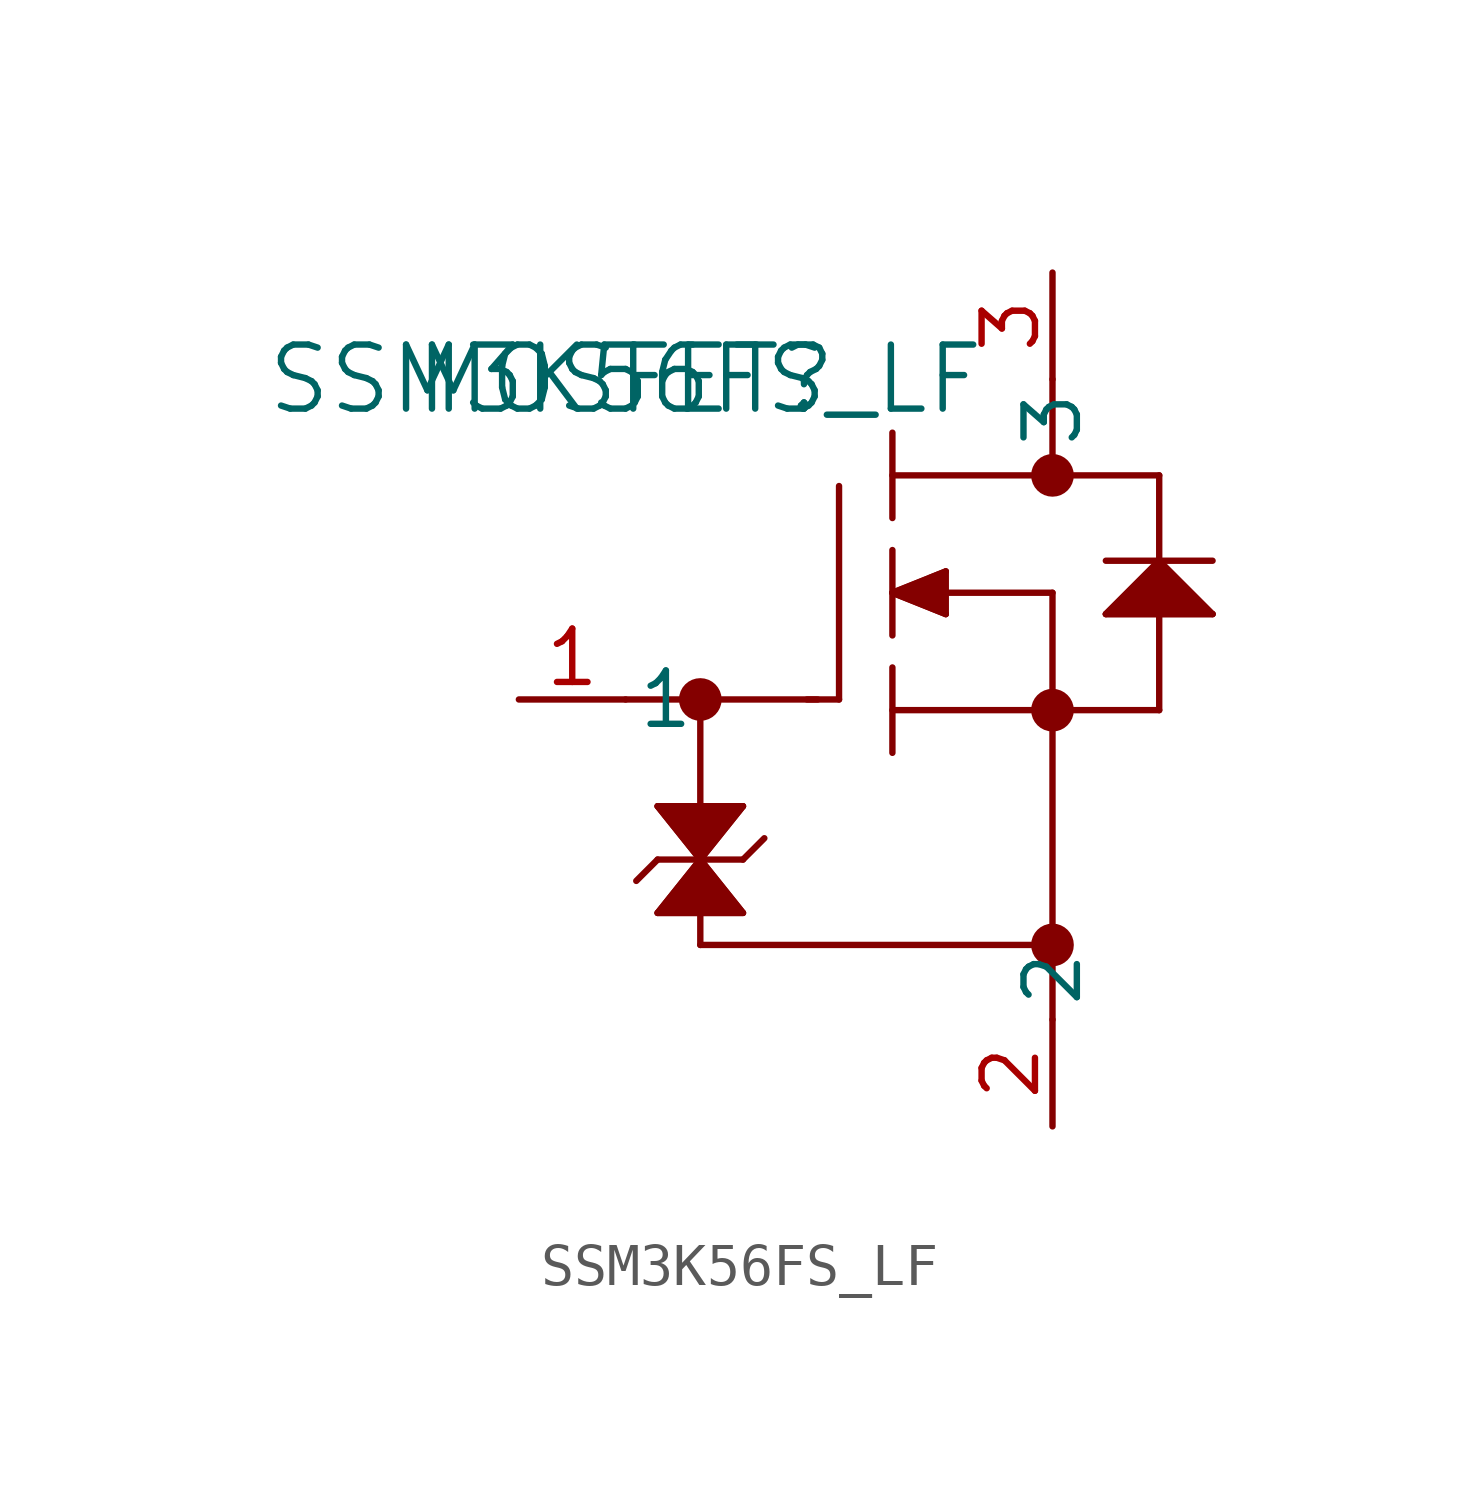
<source format=kicad_sym>
(kicad_symbol_lib
  (version 20231120)
  (generator "kicad_symbol_editor")
  (generator_version "8.0")
  (symbol "SSM3K56FS_LF"
    (pin_names
      (offset 0.254))
    (property "Reference" "MOSFET"
      (at 0 0 0)
      (effects (font (size 1.524 1.524))))
    (property "Value" "SSM3K56FS_LF"
      (at 0 0 0)
      (effects (font (size 1.524 1.524))))
    (property "ki_locked" ""
      (at 0 0 0)
      (effects (font (size 1.27 1.27))))
    (symbol "SSM3K56FS_LF_0_1"
      (polyline (pts (xy 0 -7.62) (xy 4.572 -7.62)) (stroke (width 0.152) (type default)) (fill (type none)))
      (polyline (pts (xy 0.762 -12.7) (xy 2.794 -12.7)) (stroke (width 0.152) (type default)) (fill (type none)))
      (polyline (pts (xy 0.762 -11.43) (xy 0.254 -11.938)) (stroke (width 0.152) (type default)) (fill (type none)))
      (polyline (pts (xy 0.762 -11.43) (xy 2.794 -11.43)) (stroke (width 0.152) (type default)) (fill (type none)))
      (polyline (pts (xy 0.762 -10.16) (xy 1.778 -11.43)) (stroke (width 0.152) (type default)) (fill (type none)))
      (polyline (pts (xy 1.778 -13.462) (xy 10.16 -13.462)) (stroke (width 0.152) (type default)) (fill (type none)))
      (polyline (pts (xy 1.778 -12.7) (xy 1.778 -13.462)) (stroke (width 0.152) (type default)) (fill (type none)))
      (polyline (pts (xy 1.778 -11.43) (xy 0.762 -12.7)) (stroke (width 0.152) (type default)) (fill (type none)))
      (polyline (pts (xy 1.778 -11.43) (xy 2.794 -10.16)) (stroke (width 0.152) (type default)) (fill (type none)))
      (polyline (pts (xy 1.778 -7.62) (xy 1.778 -10.16)) (stroke (width 0.152) (type default)) (fill (type none)))
      (polyline (pts (xy 2.794 -12.7) (xy 1.778 -11.43)) (stroke (width 0.152) (type default)) (fill (type none)))
      (polyline (pts (xy 2.794 -11.43) (xy 3.302 -10.922)) (stroke (width 0.152) (type default)) (fill (type none)))
      (polyline (pts (xy 2.794 -10.16) (xy 0.762 -10.16)) (stroke (width 0.152) (type default)) (fill (type none)))
      (polyline (pts (xy 5.08 -7.62) (xy 4.318 -7.62)) (stroke (width 0.152) (type default)) (fill (type none)))
      (polyline (pts (xy 5.08 -7.62) (xy 5.08 -2.54)) (stroke (width 0.152) (type default)) (fill (type none)))
      (polyline (pts (xy 6.35 -8.89) (xy 6.35 -6.858)) (stroke (width 0.152) (type default)) (fill (type none)))
      (polyline (pts (xy 6.35 -7.874) (xy 12.7 -7.874)) (stroke (width 0.152) (type default)) (fill (type none)))
      (polyline (pts (xy 6.35 -6.096) (xy 6.35 -4.064)) (stroke (width 0.152) (type default)) (fill (type none)))
      (polyline (pts (xy 6.35 -5.08) (xy 7.62 -4.572)) (stroke (width 0.152) (type default)) (fill (type none)))
      (polyline (pts (xy 6.35 -3.302) (xy 6.35 -1.27)) (stroke (width 0.152) (type default)) (fill (type none)))
      (polyline (pts (xy 7.62 -5.588) (xy 6.35 -5.08)) (stroke (width 0.152) (type default)) (fill (type none)))
      (polyline (pts (xy 7.62 -5.08) (xy 10.16 -5.08)) (stroke (width 0.152) (type default)) (fill (type none)))
      (polyline (pts (xy 7.62 -4.572) (xy 7.62 -5.588)) (stroke (width 0.152) (type default)) (fill (type none)))
      (polyline (pts (xy 10.16 -5.08) (xy 10.16 -15.24)) (stroke (width 0.152) (type default)) (fill (type none)))
      (polyline (pts (xy 10.16 0) (xy 10.16 -2.286)) (stroke (width 0.152) (type default)) (fill (type none)))
      (polyline (pts (xy 11.43 -5.588) (xy 13.97 -5.588)) (stroke (width 0.152) (type default)) (fill (type none)))
      (polyline (pts (xy 11.43 -4.318) (xy 13.97 -4.318)) (stroke (width 0.152) (type default)) (fill (type none)))
      (polyline (pts (xy 12.7 -7.874) (xy 12.7 -5.588)) (stroke (width 0.152) (type default)) (fill (type none)))
      (polyline (pts (xy 12.7 -4.318) (xy 11.43 -5.588)) (stroke (width 0.152) (type default)) (fill (type none)))
      (polyline (pts (xy 12.7 -4.318) (xy 12.7 -2.286)) (stroke (width 0.152) (type default)) (fill (type none)))
      (polyline (pts (xy 12.7 -2.286) (xy 6.35 -2.286)) (stroke (width 0.152) (type default)) (fill (type none)))
      (polyline (pts (xy 13.97 -5.588) (xy 12.7 -4.318)) (stroke (width 0.152) (type default)) (fill (type none)))
      (polyline (pts (xy 7.62 -4.572) (xy 6.35 -5.08) (xy 7.62 -5.588)) (stroke (width 0) (type default)) (fill (type outline)))
      (polyline (pts (xy 12.7 -4.318) (xy 11.43 -5.588) (xy 13.97 -5.588)) (stroke (width 0) (type default)) (fill (type outline)))
      (polyline (pts (xy 0.762 -10.16) (xy 1.778 -11.43) (xy 0.762 -12.7) (xy 2.794 -12.7) (xy 1.778 -11.43) (xy 2.794 -10.16)) (stroke (width 0) (type default)) (fill (type outline)))
      (circle (center 1.778 -7.62) (radius 0.254) (stroke (width 0.508) (type default)) (fill (type none)))
      (circle (center 10.16 -13.462) (radius 0.254) (stroke (width 0.508) (type default)) (fill (type none)))
      (circle (center 10.16 -7.874) (radius 0.254) (stroke (width 0.508) (type default)) (fill (type none)))
      (circle (center 10.16 -2.286) (radius 0.254) (stroke (width 0.508) (type default)) (fill (type none)))
      (pin unspecified line (at -2.54 -7.62 0) (length 2.54) (name "1" (effects (font (size 1.27 1.27)))) (number "1" (effects (font (size 1.27 1.27)))))
      (pin unspecified line (at 10.16 -17.78 90) (length 2.54) (name "2" (effects (font (size 1.27 1.27)))) (number "2" (effects (font (size 1.27 1.27)))))
      (pin unspecified line (at 10.16 2.54 270) (length 2.54) (name "3" (effects (font (size 1.27 1.27)))) (number "3" (effects (font (size 1.27 1.27))))))))
</source>
